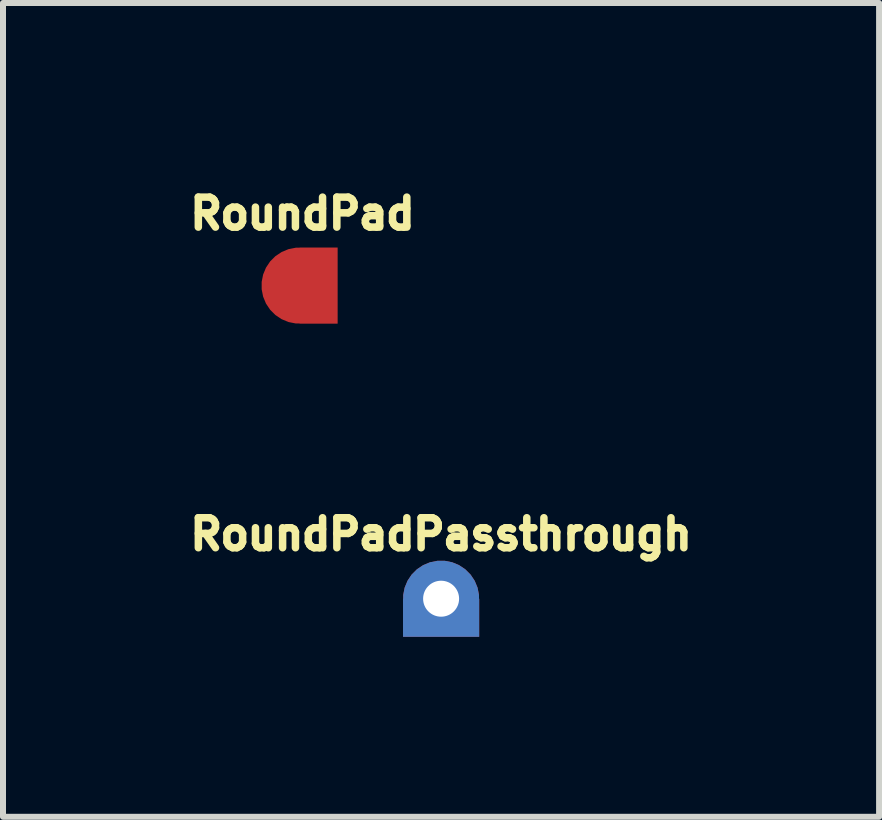
<source format=kicad_pcb>
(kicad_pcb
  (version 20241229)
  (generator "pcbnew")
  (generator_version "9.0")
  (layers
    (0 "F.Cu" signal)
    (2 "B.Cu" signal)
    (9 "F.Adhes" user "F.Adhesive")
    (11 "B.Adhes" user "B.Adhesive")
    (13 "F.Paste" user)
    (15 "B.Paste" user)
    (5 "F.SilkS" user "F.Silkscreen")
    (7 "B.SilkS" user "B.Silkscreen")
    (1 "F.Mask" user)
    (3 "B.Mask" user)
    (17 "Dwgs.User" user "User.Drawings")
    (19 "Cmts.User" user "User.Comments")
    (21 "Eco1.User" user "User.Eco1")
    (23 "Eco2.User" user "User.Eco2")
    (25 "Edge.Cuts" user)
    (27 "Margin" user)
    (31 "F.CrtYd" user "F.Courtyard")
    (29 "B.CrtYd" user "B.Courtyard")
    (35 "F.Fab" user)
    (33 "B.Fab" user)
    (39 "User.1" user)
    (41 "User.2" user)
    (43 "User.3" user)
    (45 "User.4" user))
  (footprint "RoundPad"
    (layer "F.Cu")
    (at 1.945 1.712)
    (property "Reference" "RoundPad" (at 0.05 -1.2 0) (layer "F.SilkS") (effects (font (size 0.5 0.5) (thickness 0.125))))
    (attr through_hole)
    (pad "1" smd custom (at 0 0) (size 1.27 1.27) (layers "F.Cu" "F.Mask" "F.Paste") (options (anchor circle)) (primitives (gr_poly (pts (xy 0 0.635) (xy 0.635 0.635) (xy 0.635 -0.635) (xy 0 -0.635)) (width 0) (fill yes)))))
  (footprint "RoundPadPassthrough"
    (layer "F.Cu")
    (at 4.279 6.955)
    (property "Reference" "RoundPadPassthrough" (at 0.026 -1.097 0) (layer "F.SilkS") (effects (font (size 0.5 0.5) (thickness 0.125))))
    (attr through_hole)
    (pad "1" thru_hole custom (at 0.026 -0.022 270) (size 1.27 1.27) (drill 0.6) (layers "*.Cu" "*.Mask") (options (anchor circle)) (primitives (gr_poly (pts (xy 0 0.635) (xy 0.635 0.635) (xy 0.635 -0.635) (xy 0 -0.635)) (width 0) (fill yes)))))
  (gr_rect
    (start -3 -3)
    (end 11.608 10.569)
    (stroke (width 0.1) (type default))
    (fill no)
    (layer "Edge.Cuts")))
</source>
